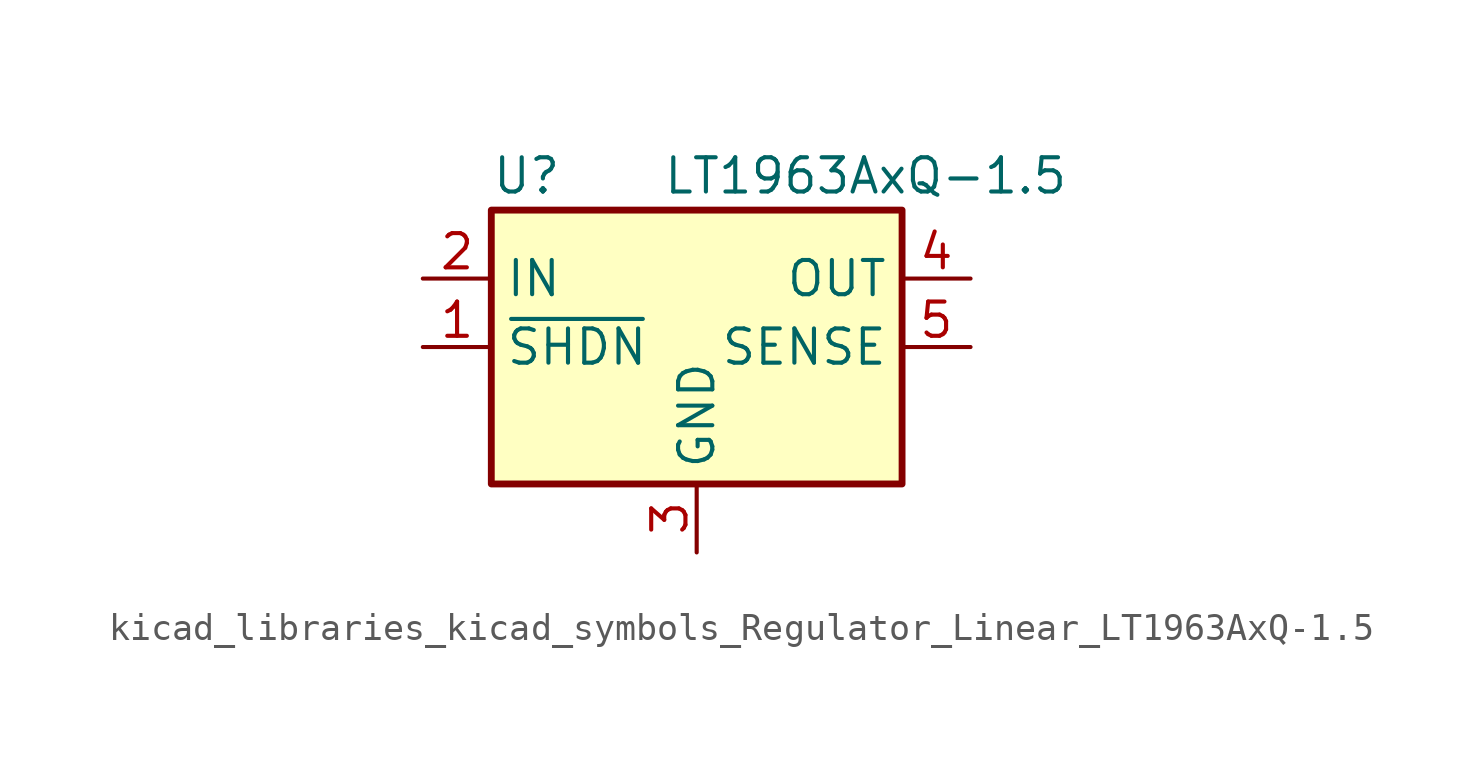
<source format=kicad_sym>
(kicad_symbol_lib
  (version 20220914)
  (generator kicad_symbol_editor)
  (symbol "kicad_libraries_kicad_symbols_Regulator_Linear_LT1963AxQ-1.5"
    (property "Reference" "U"
      (at -7.62 6.35 0)
      (effects (font (size 1.27 1.27)) (justify left)))
    (property "Value" "LT1963AxQ-1.5"
      (at -1.27 6.35 0)
      (effects (font (size 1.27 1.27)) (justify left)))
    (symbol "kicad_libraries_kicad_symbols_Regulator_Linear_LT1963AxQ-1.5_0_1"
      (rectangle (start -7.62 5.08) (end 7.62 -5.08) (stroke (width 0.254) (type default)) (fill (type background))))
    (symbol "kicad_libraries_kicad_symbols_Regulator_Linear_LT1963AxQ-1.5_1_1"
      (pin input line (at -10.16 0 0) (length 2.54) (name "~{SHDN}" (effects (font (size 1.27 1.27)))) (number "1" (effects (font (size 1.27 1.27)))))
      (pin power_in line (at -10.16 2.54 0) (length 2.54) (name "IN" (effects (font (size 1.27 1.27)))) (number "2" (effects (font (size 1.27 1.27)))))
      (pin power_in line (at 0 -7.62 90) (length 2.54) (name "GND" (effects (font (size 1.27 1.27)))) (number "3" (effects (font (size 1.27 1.27)))))
      (pin power_out line (at 10.16 2.54 180) (length 2.54) (name "OUT" (effects (font (size 1.27 1.27)))) (number "4" (effects (font (size 1.27 1.27)))))
      (pin input line (at 10.16 0 180) (length 2.54) (name "SENSE" (effects (font (size 1.27 1.27)))) (number "5" (effects (font (size 1.27 1.27))))))))
</source>
